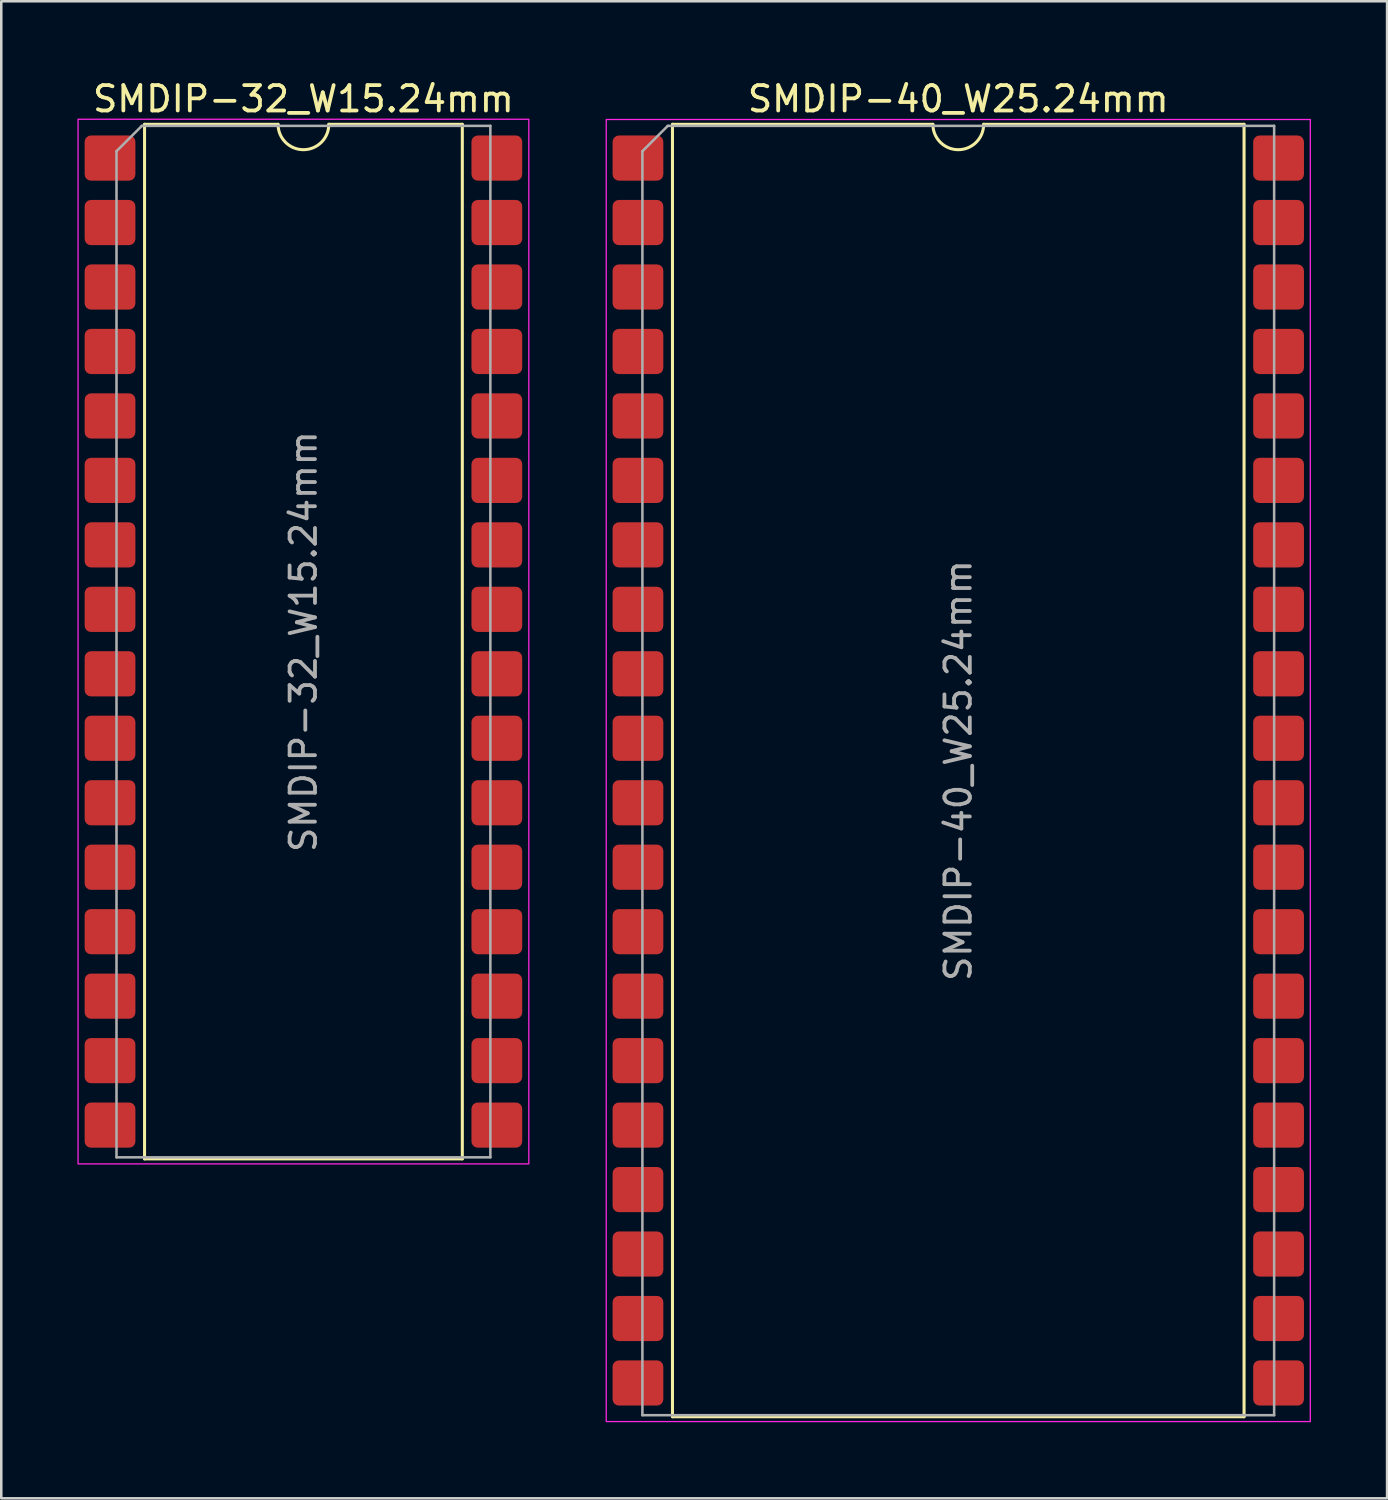
<source format=kicad_pcb>
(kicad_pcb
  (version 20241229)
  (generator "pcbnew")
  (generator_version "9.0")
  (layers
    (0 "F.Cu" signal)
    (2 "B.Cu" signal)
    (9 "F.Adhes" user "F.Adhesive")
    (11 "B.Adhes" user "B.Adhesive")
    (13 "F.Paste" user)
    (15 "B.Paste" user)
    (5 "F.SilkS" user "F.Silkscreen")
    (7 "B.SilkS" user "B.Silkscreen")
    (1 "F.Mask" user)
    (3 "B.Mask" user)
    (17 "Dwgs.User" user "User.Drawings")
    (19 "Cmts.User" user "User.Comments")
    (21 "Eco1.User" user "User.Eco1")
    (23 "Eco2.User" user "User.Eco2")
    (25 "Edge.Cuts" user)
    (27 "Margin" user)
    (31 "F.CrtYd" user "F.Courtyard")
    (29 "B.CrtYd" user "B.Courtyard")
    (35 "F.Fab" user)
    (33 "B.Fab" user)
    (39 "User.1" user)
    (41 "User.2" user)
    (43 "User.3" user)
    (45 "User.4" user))
  (footprint "SMDIP-32_W15.24mm"
    (layer "F.Cu")
    (at 8.905 22.228)
    (property "Reference" "SMDIP-32_W15.24mm" (at 0 -21.38 0) (layer "F.SilkS") (effects (font (size 1 1) (thickness 0.15))))
    (attr smd)
    (fp_line (start -6.26 -20.38) (end -6.26 20.38) (stroke (width 0.12) (type solid)) (layer "F.SilkS"))
    (fp_line (start -6.26 20.38) (end 6.26 20.38) (stroke (width 0.12) (type solid)) (layer "F.SilkS"))
    (fp_line (start -1 -20.38) (end -6.26 -20.38) (stroke (width 0.12) (type solid)) (layer "F.SilkS"))
    (fp_line (start 6.26 -20.38) (end 1 -20.38) (stroke (width 0.12) (type solid)) (layer "F.SilkS"))
    (fp_line (start 6.26 20.38) (end 6.26 -20.38) (stroke (width 0.12) (type solid)) (layer "F.SilkS"))
    (fp_arc (start 1 -20.38) (mid 0 -19.38) (end -1 -20.38) (stroke (width 0.12) (type solid)) (layer "F.SilkS"))
    (fp_rect (start -8.88 -20.58) (end 8.88 20.58) (stroke (width 0.05) (type solid)) (fill no) (layer "F.CrtYd"))
    (fp_line (start -7.365 -19.32) (end -6.365 -20.32) (stroke (width 0.1) (type solid)) (layer "F.Fab"))
    (fp_line (start -7.365 20.32) (end -7.365 -19.32) (stroke (width 0.1) (type solid)) (layer "F.Fab"))
    (fp_line (start -6.365 -20.32) (end 7.365 -20.32) (stroke (width 0.1) (type solid)) (layer "F.Fab"))
    (fp_line (start 7.365 -20.32) (end 7.365 20.32) (stroke (width 0.1) (type solid)) (layer "F.Fab"))
    (fp_line (start 7.365 20.32) (end -7.365 20.32) (stroke (width 0.1) (type solid)) (layer "F.Fab"))
    (fp_text user "${REFERENCE}" (at 0 0 90) (layer "F.Fab") (effects (font (size 1 1) (thickness 0.15))))
    (pad "1" smd roundrect (at -7.62 -19.05) (size 2 1.78) (layers "F.Cu" "F.Mask" "F.Paste") (roundrect_rratio 0.14))
    (pad "2" smd roundrect (at -7.62 -16.51) (size 2 1.78) (layers "F.Cu" "F.Mask" "F.Paste") (roundrect_rratio 0.14))
    (pad "3" smd roundrect (at -7.62 -13.97) (size 2 1.78) (layers "F.Cu" "F.Mask" "F.Paste") (roundrect_rratio 0.14))
    (pad "4" smd roundrect (at -7.62 -11.43) (size 2 1.78) (layers "F.Cu" "F.Mask" "F.Paste") (roundrect_rratio 0.14))
    (pad "5" smd roundrect (at -7.62 -8.89) (size 2 1.78) (layers "F.Cu" "F.Mask" "F.Paste") (roundrect_rratio 0.14))
    (pad "6" smd roundrect (at -7.62 -6.35) (size 2 1.78) (layers "F.Cu" "F.Mask" "F.Paste") (roundrect_rratio 0.14))
    (pad "7" smd roundrect (at -7.62 -3.81) (size 2 1.78) (layers "F.Cu" "F.Mask" "F.Paste") (roundrect_rratio 0.14))
    (pad "8" smd roundrect (at -7.62 -1.27) (size 2 1.78) (layers "F.Cu" "F.Mask" "F.Paste") (roundrect_rratio 0.14))
    (pad "9" smd roundrect (at -7.62 1.27) (size 2 1.78) (layers "F.Cu" "F.Mask" "F.Paste") (roundrect_rratio 0.14))
    (pad "10" smd roundrect (at -7.62 3.81) (size 2 1.78) (layers "F.Cu" "F.Mask" "F.Paste") (roundrect_rratio 0.14))
    (pad "11" smd roundrect (at -7.62 6.35) (size 2 1.78) (layers "F.Cu" "F.Mask" "F.Paste") (roundrect_rratio 0.14))
    (pad "12" smd roundrect (at -7.62 8.89) (size 2 1.78) (layers "F.Cu" "F.Mask" "F.Paste") (roundrect_rratio 0.14))
    (pad "13" smd roundrect (at -7.62 11.43) (size 2 1.78) (layers "F.Cu" "F.Mask" "F.Paste") (roundrect_rratio 0.14))
    (pad "14" smd roundrect (at -7.62 13.97) (size 2 1.78) (layers "F.Cu" "F.Mask" "F.Paste") (roundrect_rratio 0.14))
    (pad "15" smd roundrect (at -7.62 16.51) (size 2 1.78) (layers "F.Cu" "F.Mask" "F.Paste") (roundrect_rratio 0.14))
    (pad "16" smd roundrect (at -7.62 19.05) (size 2 1.78) (layers "F.Cu" "F.Mask" "F.Paste") (roundrect_rratio 0.14))
    (pad "17" smd roundrect (at 7.62 19.05) (size 2 1.78) (layers "F.Cu" "F.Mask" "F.Paste") (roundrect_rratio 0.14))
    (pad "18" smd roundrect (at 7.62 16.51) (size 2 1.78) (layers "F.Cu" "F.Mask" "F.Paste") (roundrect_rratio 0.14))
    (pad "19" smd roundrect (at 7.62 13.97) (size 2 1.78) (layers "F.Cu" "F.Mask" "F.Paste") (roundrect_rratio 0.14))
    (pad "20" smd roundrect (at 7.62 11.43) (size 2 1.78) (layers "F.Cu" "F.Mask" "F.Paste") (roundrect_rratio 0.14))
    (pad "21" smd roundrect (at 7.62 8.89) (size 2 1.78) (layers "F.Cu" "F.Mask" "F.Paste") (roundrect_rratio 0.14))
    (pad "22" smd roundrect (at 7.62 6.35) (size 2 1.78) (layers "F.Cu" "F.Mask" "F.Paste") (roundrect_rratio 0.14))
    (pad "23" smd roundrect (at 7.62 3.81) (size 2 1.78) (layers "F.Cu" "F.Mask" "F.Paste") (roundrect_rratio 0.14))
    (pad "24" smd roundrect (at 7.62 1.27) (size 2 1.78) (layers "F.Cu" "F.Mask" "F.Paste") (roundrect_rratio 0.14))
    (pad "25" smd roundrect (at 7.62 -1.27) (size 2 1.78) (layers "F.Cu" "F.Mask" "F.Paste") (roundrect_rratio 0.14))
    (pad "26" smd roundrect (at 7.62 -3.81) (size 2 1.78) (layers "F.Cu" "F.Mask" "F.Paste") (roundrect_rratio 0.14))
    (pad "27" smd roundrect (at 7.62 -6.35) (size 2 1.78) (layers "F.Cu" "F.Mask" "F.Paste") (roundrect_rratio 0.14))
    (pad "28" smd roundrect (at 7.62 -8.89) (size 2 1.78) (layers "F.Cu" "F.Mask" "F.Paste") (roundrect_rratio 0.14))
    (pad "29" smd roundrect (at 7.62 -11.43) (size 2 1.78) (layers "F.Cu" "F.Mask" "F.Paste") (roundrect_rratio 0.14))
    (pad "30" smd roundrect (at 7.62 -13.97) (size 2 1.78) (layers "F.Cu" "F.Mask" "F.Paste") (roundrect_rratio 0.14))
    (pad "31" smd roundrect (at 7.62 -16.51) (size 2 1.78) (layers "F.Cu" "F.Mask" "F.Paste") (roundrect_rratio 0.14))
    (pad "32" smd roundrect (at 7.62 -19.05) (size 2 1.78) (layers "F.Cu" "F.Mask" "F.Paste") (roundrect_rratio 0.14)))
  (footprint "SMDIP-40_W25.24mm"
    (layer "F.Cu")
    (at 34.705 27.308)
    (property "Reference" "SMDIP-40_W25.24mm" (at 0 -26.46 0) (layer "F.SilkS") (effects (font (size 1 1) (thickness 0.15))))
    (attr smd)
    (fp_line (start -11.26 -25.46) (end -11.26 25.46) (stroke (width 0.12) (type solid)) (layer "F.SilkS"))
    (fp_line (start -11.26 25.46) (end 11.26 25.46) (stroke (width 0.12) (type solid)) (layer "F.SilkS"))
    (fp_line (start -1 -25.46) (end -11.26 -25.46) (stroke (width 0.12) (type solid)) (layer "F.SilkS"))
    (fp_line (start 11.26 -25.46) (end 1 -25.46) (stroke (width 0.12) (type solid)) (layer "F.SilkS"))
    (fp_line (start 11.26 25.46) (end 11.26 -25.46) (stroke (width 0.12) (type solid)) (layer "F.SilkS"))
    (fp_arc (start 1 -25.46) (mid 0 -24.46) (end -1 -25.46) (stroke (width 0.12) (type solid)) (layer "F.SilkS"))
    (fp_rect (start -13.87 -25.65) (end 13.87 25.65) (stroke (width 0.05) (type solid)) (fill no) (layer "F.CrtYd"))
    (fp_line (start -12.445 -24.4) (end -11.445 -25.4) (stroke (width 0.1) (type solid)) (layer "F.Fab"))
    (fp_line (start -12.445 25.4) (end -12.445 -24.4) (stroke (width 0.1) (type solid)) (layer "F.Fab"))
    (fp_line (start -11.445 -25.4) (end 12.445 -25.4) (stroke (width 0.1) (type solid)) (layer "F.Fab"))
    (fp_line (start 12.445 -25.4) (end 12.445 25.4) (stroke (width 0.1) (type solid)) (layer "F.Fab"))
    (fp_line (start 12.445 25.4) (end -12.445 25.4) (stroke (width 0.1) (type solid)) (layer "F.Fab"))
    (fp_text user "${REFERENCE}" (at 0 0 90) (layer "F.Fab") (effects (font (size 1 1) (thickness 0.15))))
    (pad "1" smd roundrect (at -12.62 -24.13) (size 2 1.78) (layers "F.Cu" "F.Mask" "F.Paste") (roundrect_rratio 0.14))
    (pad "2" smd roundrect (at -12.62 -21.59) (size 2 1.78) (layers "F.Cu" "F.Mask" "F.Paste") (roundrect_rratio 0.14))
    (pad "3" smd roundrect (at -12.62 -19.05) (size 2 1.78) (layers "F.Cu" "F.Mask" "F.Paste") (roundrect_rratio 0.14))
    (pad "4" smd roundrect (at -12.62 -16.51) (size 2 1.78) (layers "F.Cu" "F.Mask" "F.Paste") (roundrect_rratio 0.14))
    (pad "5" smd roundrect (at -12.62 -13.97) (size 2 1.78) (layers "F.Cu" "F.Mask" "F.Paste") (roundrect_rratio 0.14))
    (pad "6" smd roundrect (at -12.62 -11.43) (size 2 1.78) (layers "F.Cu" "F.Mask" "F.Paste") (roundrect_rratio 0.14))
    (pad "7" smd roundrect (at -12.62 -8.89) (size 2 1.78) (layers "F.Cu" "F.Mask" "F.Paste") (roundrect_rratio 0.14))
    (pad "8" smd roundrect (at -12.62 -6.35) (size 2 1.78) (layers "F.Cu" "F.Mask" "F.Paste") (roundrect_rratio 0.14))
    (pad "9" smd roundrect (at -12.62 -3.81) (size 2 1.78) (layers "F.Cu" "F.Mask" "F.Paste") (roundrect_rratio 0.14))
    (pad "10" smd roundrect (at -12.62 -1.27) (size 2 1.78) (layers "F.Cu" "F.Mask" "F.Paste") (roundrect_rratio 0.14))
    (pad "11" smd roundrect (at -12.62 1.27) (size 2 1.78) (layers "F.Cu" "F.Mask" "F.Paste") (roundrect_rratio 0.14))
    (pad "12" smd roundrect (at -12.62 3.81) (size 2 1.78) (layers "F.Cu" "F.Mask" "F.Paste") (roundrect_rratio 0.14))
    (pad "13" smd roundrect (at -12.62 6.35) (size 2 1.78) (layers "F.Cu" "F.Mask" "F.Paste") (roundrect_rratio 0.14))
    (pad "14" smd roundrect (at -12.62 8.89) (size 2 1.78) (layers "F.Cu" "F.Mask" "F.Paste") (roundrect_rratio 0.14))
    (pad "15" smd roundrect (at -12.62 11.43) (size 2 1.78) (layers "F.Cu" "F.Mask" "F.Paste") (roundrect_rratio 0.14))
    (pad "16" smd roundrect (at -12.62 13.97) (size 2 1.78) (layers "F.Cu" "F.Mask" "F.Paste") (roundrect_rratio 0.14))
    (pad "17" smd roundrect (at -12.62 16.51) (size 2 1.78) (layers "F.Cu" "F.Mask" "F.Paste") (roundrect_rratio 0.14))
    (pad "18" smd roundrect (at -12.62 19.05) (size 2 1.78) (layers "F.Cu" "F.Mask" "F.Paste") (roundrect_rratio 0.14))
    (pad "19" smd roundrect (at -12.62 21.59) (size 2 1.78) (layers "F.Cu" "F.Mask" "F.Paste") (roundrect_rratio 0.14))
    (pad "20" smd roundrect (at -12.62 24.13) (size 2 1.78) (layers "F.Cu" "F.Mask" "F.Paste") (roundrect_rratio 0.14))
    (pad "21" smd roundrect (at 12.62 24.13) (size 2 1.78) (layers "F.Cu" "F.Mask" "F.Paste") (roundrect_rratio 0.14))
    (pad "22" smd roundrect (at 12.62 21.59) (size 2 1.78) (layers "F.Cu" "F.Mask" "F.Paste") (roundrect_rratio 0.14))
    (pad "23" smd roundrect (at 12.62 19.05) (size 2 1.78) (layers "F.Cu" "F.Mask" "F.Paste") (roundrect_rratio 0.14))
    (pad "24" smd roundrect (at 12.62 16.51) (size 2 1.78) (layers "F.Cu" "F.Mask" "F.Paste") (roundrect_rratio 0.14))
    (pad "25" smd roundrect (at 12.62 13.97) (size 2 1.78) (layers "F.Cu" "F.Mask" "F.Paste") (roundrect_rratio 0.14))
    (pad "26" smd roundrect (at 12.62 11.43) (size 2 1.78) (layers "F.Cu" "F.Mask" "F.Paste") (roundrect_rratio 0.14))
    (pad "27" smd roundrect (at 12.62 8.89) (size 2 1.78) (layers "F.Cu" "F.Mask" "F.Paste") (roundrect_rratio 0.14))
    (pad "28" smd roundrect (at 12.62 6.35) (size 2 1.78) (layers "F.Cu" "F.Mask" "F.Paste") (roundrect_rratio 0.14))
    (pad "29" smd roundrect (at 12.62 3.81) (size 2 1.78) (layers "F.Cu" "F.Mask" "F.Paste") (roundrect_rratio 0.14))
    (pad "30" smd roundrect (at 12.62 1.27) (size 2 1.78) (layers "F.Cu" "F.Mask" "F.Paste") (roundrect_rratio 0.14))
    (pad "31" smd roundrect (at 12.62 -1.27) (size 2 1.78) (layers "F.Cu" "F.Mask" "F.Paste") (roundrect_rratio 0.14))
    (pad "32" smd roundrect (at 12.62 -3.81) (size 2 1.78) (layers "F.Cu" "F.Mask" "F.Paste") (roundrect_rratio 0.14))
    (pad "33" smd roundrect (at 12.62 -6.35) (size 2 1.78) (layers "F.Cu" "F.Mask" "F.Paste") (roundrect_rratio 0.14))
    (pad "34" smd roundrect (at 12.62 -8.89) (size 2 1.78) (layers "F.Cu" "F.Mask" "F.Paste") (roundrect_rratio 0.14))
    (pad "35" smd roundrect (at 12.62 -11.43) (size 2 1.78) (layers "F.Cu" "F.Mask" "F.Paste") (roundrect_rratio 0.14))
    (pad "36" smd roundrect (at 12.62 -13.97) (size 2 1.78) (layers "F.Cu" "F.Mask" "F.Paste") (roundrect_rratio 0.14))
    (pad "37" smd roundrect (at 12.62 -16.51) (size 2 1.78) (layers "F.Cu" "F.Mask" "F.Paste") (roundrect_rratio 0.14))
    (pad "38" smd roundrect (at 12.62 -19.05) (size 2 1.78) (layers "F.Cu" "F.Mask" "F.Paste") (roundrect_rratio 0.14))
    (pad "39" smd roundrect (at 12.62 -21.59) (size 2 1.78) (layers "F.Cu" "F.Mask" "F.Paste") (roundrect_rratio 0.14))
    (pad "40" smd roundrect (at 12.62 -24.13) (size 2 1.78) (layers "F.Cu" "F.Mask" "F.Paste") (roundrect_rratio 0.14)))
  (gr_rect
    (start -3 -3)
    (end 51.6 55.983)
    (stroke (width 0.1) (type default))
    (fill no)
    (layer "Edge.Cuts")))
</source>
